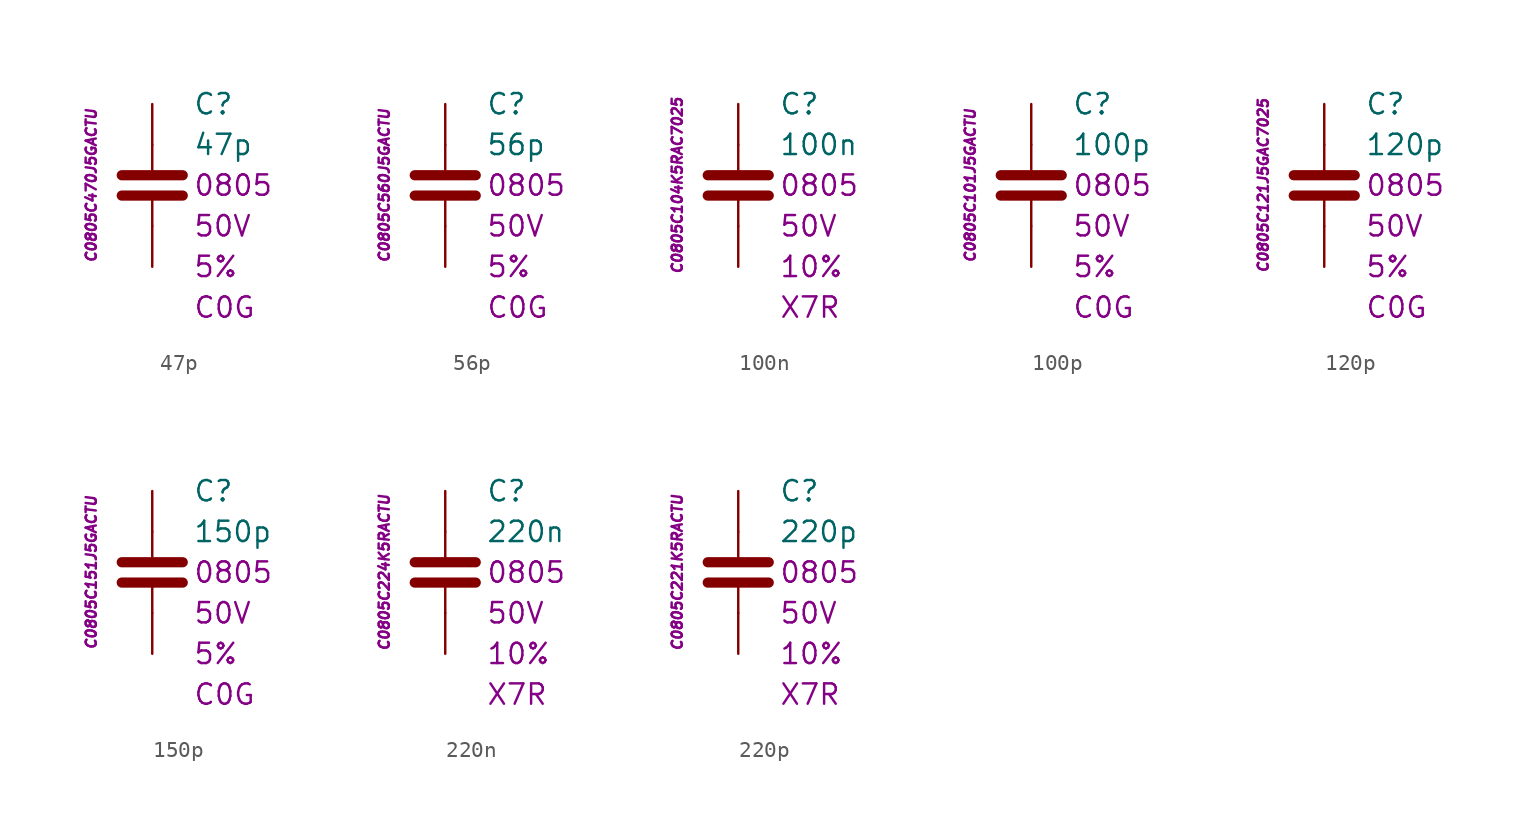
<source format=kicad_sym>
(kicad_symbol_lib
  (version 20201005)
  (generator kicad_symbol_editor)
  (symbol "47p"
    (pin_numbers hide)
    (pin_names
      (offset 1.016) hide)
    (property "Reference" "C"
      (at 2.54 5.08 0)
      (effects (font (size 1.27 1.27)) (justify left)))
    (property "Value" "47p"
      (at 2.54 2.54 0)
      (effects (font (size 1.27 1.27)) (justify left)))
    (property "Package" "0805"
      (at 2.54 0 0)
      (effects (font (size 1.27 1.27)) (justify left)))
    (property "Voltage" "50V"
      (at 2.54 -2.54 0)
      (effects (font (size 1.27 1.27)) (justify left)))
    (property "Tolerance" "5%"
      (at 2.54 -5.08 0)
      (effects (font (size 1.27 1.27)) (justify left)))
    (property "Dielectric" "C0G"
      (at 2.54 -7.62 0)
      (effects (font (size 1.27 1.27)) (justify left)))
    (property "ID" "C0805C470J5GACTU"
      (at -3.81 0 90)
      (effects (font (size 0.635 0.635) italic)))
    (symbol "47p_0_1"
      (polyline (pts (xy -1.905 -0.635) (xy 1.905 -0.635)) (stroke (width 0.635)) (fill (type none)))
      (polyline (pts (xy -1.905 0.635) (xy 1.905 0.635)) (stroke (width 0.635)) (fill (type none)))
      (polyline (pts (xy 0 -2.54) (xy 0 -0.635)) (stroke (width 0.152)) (fill (type none)))
      (polyline (pts (xy 0 0.635) (xy 0 2.54)) (stroke (width 0.152)) (fill (type none))))
    (symbol "47p_1_1"
      (pin passive line (at 0 5.08 270) (length 2.54) (name "~" (effects (font (size 1.778 1.778)))) (number "1" (effects (font (size 1.778 1.778)))))
      (pin passive line (at 0 -5.08 90) (length 2.54) (name "~" (effects (font (size 1.778 1.778)))) (number "2" (effects (font (size 1.778 1.778)))))))
  (symbol "56p"
    (pin_numbers hide)
    (pin_names
      (offset 1.016) hide)
    (property "Reference" "C"
      (at 2.54 5.08 0)
      (effects (font (size 1.27 1.27)) (justify left)))
    (property "Value" "56p"
      (at 2.54 2.54 0)
      (effects (font (size 1.27 1.27)) (justify left)))
    (property "Package" "0805"
      (at 2.54 0 0)
      (effects (font (size 1.27 1.27)) (justify left)))
    (property "Voltage" "50V"
      (at 2.54 -2.54 0)
      (effects (font (size 1.27 1.27)) (justify left)))
    (property "Tolerance" "5%"
      (at 2.54 -5.08 0)
      (effects (font (size 1.27 1.27)) (justify left)))
    (property "Dielectric" "C0G"
      (at 2.54 -7.62 0)
      (effects (font (size 1.27 1.27)) (justify left)))
    (property "ID" "C0805C560J5GACTU"
      (at -3.81 0 90)
      (effects (font (size 0.635 0.635) italic)))
    (symbol "56p_0_1"
      (polyline (pts (xy -1.905 -0.635) (xy 1.905 -0.635)) (stroke (width 0.635)) (fill (type none)))
      (polyline (pts (xy -1.905 0.635) (xy 1.905 0.635)) (stroke (width 0.635)) (fill (type none)))
      (polyline (pts (xy 0 -2.54) (xy 0 -0.635)) (stroke (width 0.152)) (fill (type none)))
      (polyline (pts (xy 0 0.635) (xy 0 2.54)) (stroke (width 0.152)) (fill (type none))))
    (symbol "56p_1_1"
      (pin passive line (at 0 5.08 270) (length 2.54) (name "~" (effects (font (size 1.778 1.778)))) (number "1" (effects (font (size 1.778 1.778)))))
      (pin passive line (at 0 -5.08 90) (length 2.54) (name "~" (effects (font (size 1.778 1.778)))) (number "2" (effects (font (size 1.778 1.778)))))))
  (symbol "100n"
    (pin_numbers hide)
    (pin_names
      (offset 1.016) hide)
    (property "Reference" "C"
      (at 2.54 5.08 0)
      (effects (font (size 1.27 1.27)) (justify left)))
    (property "Value" "100n"
      (at 2.54 2.54 0)
      (effects (font (size 1.27 1.27)) (justify left)))
    (property "Package" "0805"
      (at 2.54 0 0)
      (effects (font (size 1.27 1.27)) (justify left)))
    (property "Voltage" "50V"
      (at 2.54 -2.54 0)
      (effects (font (size 1.27 1.27)) (justify left)))
    (property "Tolerance" "10%"
      (at 2.54 -5.08 0)
      (effects (font (size 1.27 1.27)) (justify left)))
    (property "Dielectric" "X7R"
      (at 2.54 -7.62 0)
      (effects (font (size 1.27 1.27)) (justify left)))
    (property "ID" "C0805C104K5RAC7025"
      (at -3.81 0 90)
      (effects (font (size 0.635 0.635) italic)))
    (symbol "100n_0_1"
      (polyline (pts (xy -1.905 -0.635) (xy 1.905 -0.635)) (stroke (width 0.635)) (fill (type none)))
      (polyline (pts (xy -1.905 0.635) (xy 1.905 0.635)) (stroke (width 0.635)) (fill (type none)))
      (polyline (pts (xy 0 -2.54) (xy 0 -0.635)) (stroke (width 0.152)) (fill (type none)))
      (polyline (pts (xy 0 0.635) (xy 0 2.54)) (stroke (width 0.152)) (fill (type none))))
    (symbol "100n_1_1"
      (pin passive line (at 0 5.08 270) (length 2.54) (name "~" (effects (font (size 1.778 1.778)))) (number "1" (effects (font (size 1.778 1.778)))))
      (pin passive line (at 0 -5.08 90) (length 2.54) (name "~" (effects (font (size 1.778 1.778)))) (number "2" (effects (font (size 1.778 1.778)))))))
  (symbol "100p"
    (pin_numbers hide)
    (pin_names
      (offset 1.016) hide)
    (property "Reference" "C"
      (at 2.54 5.08 0)
      (effects (font (size 1.27 1.27)) (justify left)))
    (property "Value" "100p"
      (at 2.54 2.54 0)
      (effects (font (size 1.27 1.27)) (justify left)))
    (property "Package" "0805"
      (at 2.54 0 0)
      (effects (font (size 1.27 1.27)) (justify left)))
    (property "Voltage" "50V"
      (at 2.54 -2.54 0)
      (effects (font (size 1.27 1.27)) (justify left)))
    (property "Tolerance" "5%"
      (at 2.54 -5.08 0)
      (effects (font (size 1.27 1.27)) (justify left)))
    (property "Dielectric" "C0G"
      (at 2.54 -7.62 0)
      (effects (font (size 1.27 1.27)) (justify left)))
    (property "ID" "C0805C101J5GACTU"
      (at -3.81 0 90)
      (effects (font (size 0.635 0.635) italic)))
    (symbol "100p_0_1"
      (polyline (pts (xy -1.905 -0.635) (xy 1.905 -0.635)) (stroke (width 0.635)) (fill (type none)))
      (polyline (pts (xy -1.905 0.635) (xy 1.905 0.635)) (stroke (width 0.635)) (fill (type none)))
      (polyline (pts (xy 0 -2.54) (xy 0 -0.635)) (stroke (width 0.152)) (fill (type none)))
      (polyline (pts (xy 0 0.635) (xy 0 2.54)) (stroke (width 0.152)) (fill (type none))))
    (symbol "100p_1_1"
      (pin passive line (at 0 5.08 270) (length 2.54) (name "~" (effects (font (size 1.778 1.778)))) (number "1" (effects (font (size 1.778 1.778)))))
      (pin passive line (at 0 -5.08 90) (length 2.54) (name "~" (effects (font (size 1.778 1.778)))) (number "2" (effects (font (size 1.778 1.778)))))))
  (symbol "120p"
    (pin_numbers hide)
    (pin_names
      (offset 1.016) hide)
    (property "Reference" "C"
      (at 2.54 5.08 0)
      (effects (font (size 1.27 1.27)) (justify left)))
    (property "Value" "120p"
      (at 2.54 2.54 0)
      (effects (font (size 1.27 1.27)) (justify left)))
    (property "Package" "0805"
      (at 2.54 0 0)
      (effects (font (size 1.27 1.27)) (justify left)))
    (property "Voltage" "50V"
      (at 2.54 -2.54 0)
      (effects (font (size 1.27 1.27)) (justify left)))
    (property "Tolerance" "5%"
      (at 2.54 -5.08 0)
      (effects (font (size 1.27 1.27)) (justify left)))
    (property "Dielectric" "C0G"
      (at 2.54 -7.62 0)
      (effects (font (size 1.27 1.27)) (justify left)))
    (property "ID" "C0805C121J5GAC7025"
      (at -3.81 0 90)
      (effects (font (size 0.635 0.635) italic)))
    (symbol "120p_0_1"
      (polyline (pts (xy -1.905 -0.635) (xy 1.905 -0.635)) (stroke (width 0.635)) (fill (type none)))
      (polyline (pts (xy -1.905 0.635) (xy 1.905 0.635)) (stroke (width 0.635)) (fill (type none)))
      (polyline (pts (xy 0 -2.54) (xy 0 -0.635)) (stroke (width 0.152)) (fill (type none)))
      (polyline (pts (xy 0 0.635) (xy 0 2.54)) (stroke (width 0.152)) (fill (type none))))
    (symbol "120p_1_1"
      (pin passive line (at 0 5.08 270) (length 2.54) (name "~" (effects (font (size 1.778 1.778)))) (number "1" (effects (font (size 1.778 1.778)))))
      (pin passive line (at 0 -5.08 90) (length 2.54) (name "~" (effects (font (size 1.778 1.778)))) (number "2" (effects (font (size 1.778 1.778)))))))
  (symbol "150p"
    (pin_numbers hide)
    (pin_names
      (offset 1.016) hide)
    (property "Reference" "C"
      (at 2.54 5.08 0)
      (effects (font (size 1.27 1.27)) (justify left)))
    (property "Value" "150p"
      (at 2.54 2.54 0)
      (effects (font (size 1.27 1.27)) (justify left)))
    (property "Package" "0805"
      (at 2.54 0 0)
      (effects (font (size 1.27 1.27)) (justify left)))
    (property "Voltage" "50V"
      (at 2.54 -2.54 0)
      (effects (font (size 1.27 1.27)) (justify left)))
    (property "Tolerance" "5%"
      (at 2.54 -5.08 0)
      (effects (font (size 1.27 1.27)) (justify left)))
    (property "Dielectric" "C0G"
      (at 2.54 -7.62 0)
      (effects (font (size 1.27 1.27)) (justify left)))
    (property "ID" "C0805C151J5GACTU"
      (at -3.81 0 90)
      (effects (font (size 0.635 0.635) italic)))
    (symbol "150p_0_1"
      (polyline (pts (xy -1.905 -0.635) (xy 1.905 -0.635)) (stroke (width 0.635)) (fill (type none)))
      (polyline (pts (xy -1.905 0.635) (xy 1.905 0.635)) (stroke (width 0.635)) (fill (type none)))
      (polyline (pts (xy 0 -2.54) (xy 0 -0.635)) (stroke (width 0.152)) (fill (type none)))
      (polyline (pts (xy 0 0.635) (xy 0 2.54)) (stroke (width 0.152)) (fill (type none))))
    (symbol "150p_1_1"
      (pin passive line (at 0 5.08 270) (length 2.54) (name "~" (effects (font (size 1.778 1.778)))) (number "1" (effects (font (size 1.778 1.778)))))
      (pin passive line (at 0 -5.08 90) (length 2.54) (name "~" (effects (font (size 1.778 1.778)))) (number "2" (effects (font (size 1.778 1.778)))))))
  (symbol "220n"
    (pin_numbers hide)
    (pin_names
      (offset 1.016) hide)
    (property "Reference" "C"
      (at 2.54 5.08 0)
      (effects (font (size 1.27 1.27)) (justify left)))
    (property "Value" "220n"
      (at 2.54 2.54 0)
      (effects (font (size 1.27 1.27)) (justify left)))
    (property "Package" "0805"
      (at 2.54 0 0)
      (effects (font (size 1.27 1.27)) (justify left)))
    (property "Voltage" "50V"
      (at 2.54 -2.54 0)
      (effects (font (size 1.27 1.27)) (justify left)))
    (property "Tolerance" "10%"
      (at 2.54 -5.08 0)
      (effects (font (size 1.27 1.27)) (justify left)))
    (property "Dielectric" "X7R"
      (at 2.54 -7.62 0)
      (effects (font (size 1.27 1.27)) (justify left)))
    (property "ID" "C0805C224K5RACTU"
      (at -3.81 0 90)
      (effects (font (size 0.635 0.635) italic)))
    (symbol "220n_0_1"
      (polyline (pts (xy -1.905 -0.635) (xy 1.905 -0.635)) (stroke (width 0.635)) (fill (type none)))
      (polyline (pts (xy -1.905 0.635) (xy 1.905 0.635)) (stroke (width 0.635)) (fill (type none)))
      (polyline (pts (xy 0 -2.54) (xy 0 -0.635)) (stroke (width 0.152)) (fill (type none)))
      (polyline (pts (xy 0 0.635) (xy 0 2.54)) (stroke (width 0.152)) (fill (type none))))
    (symbol "220n_1_1"
      (pin passive line (at 0 5.08 270) (length 2.54) (name "~" (effects (font (size 1.778 1.778)))) (number "1" (effects (font (size 1.778 1.778)))))
      (pin passive line (at 0 -5.08 90) (length 2.54) (name "~" (effects (font (size 1.778 1.778)))) (number "2" (effects (font (size 1.778 1.778)))))))
  (symbol "220p"
    (pin_numbers hide)
    (pin_names
      (offset 1.016) hide)
    (property "Reference" "C"
      (at 2.54 5.08 0)
      (effects (font (size 1.27 1.27)) (justify left)))
    (property "Value" "220p"
      (at 2.54 2.54 0)
      (effects (font (size 1.27 1.27)) (justify left)))
    (property "Package" "0805"
      (at 2.54 0 0)
      (effects (font (size 1.27 1.27)) (justify left)))
    (property "Voltage" "50V"
      (at 2.54 -2.54 0)
      (effects (font (size 1.27 1.27)) (justify left)))
    (property "Tolerance" "10%"
      (at 2.54 -5.08 0)
      (effects (font (size 1.27 1.27)) (justify left)))
    (property "Dielectric" "X7R"
      (at 2.54 -7.62 0)
      (effects (font (size 1.27 1.27)) (justify left)))
    (property "ID" "C0805C221K5RACTU"
      (at -3.81 0 90)
      (effects (font (size 0.635 0.635) italic)))
    (symbol "220p_0_1"
      (polyline (pts (xy -1.905 -0.635) (xy 1.905 -0.635)) (stroke (width 0.635)) (fill (type none)))
      (polyline (pts (xy -1.905 0.635) (xy 1.905 0.635)) (stroke (width 0.635)) (fill (type none)))
      (polyline (pts (xy 0 -2.54) (xy 0 -0.635)) (stroke (width 0.152)) (fill (type none)))
      (polyline (pts (xy 0 0.635) (xy 0 2.54)) (stroke (width 0.152)) (fill (type none))))
    (symbol "220p_1_1"
      (pin passive line (at 0 5.08 270) (length 2.54) (name "~" (effects (font (size 1.778 1.778)))) (number "1" (effects (font (size 1.778 1.778)))))
      (pin passive line (at 0 -5.08 90) (length 2.54) (name "~" (effects (font (size 1.778 1.778)))) (number "2" (effects (font (size 1.778 1.778))))))))
</source>
